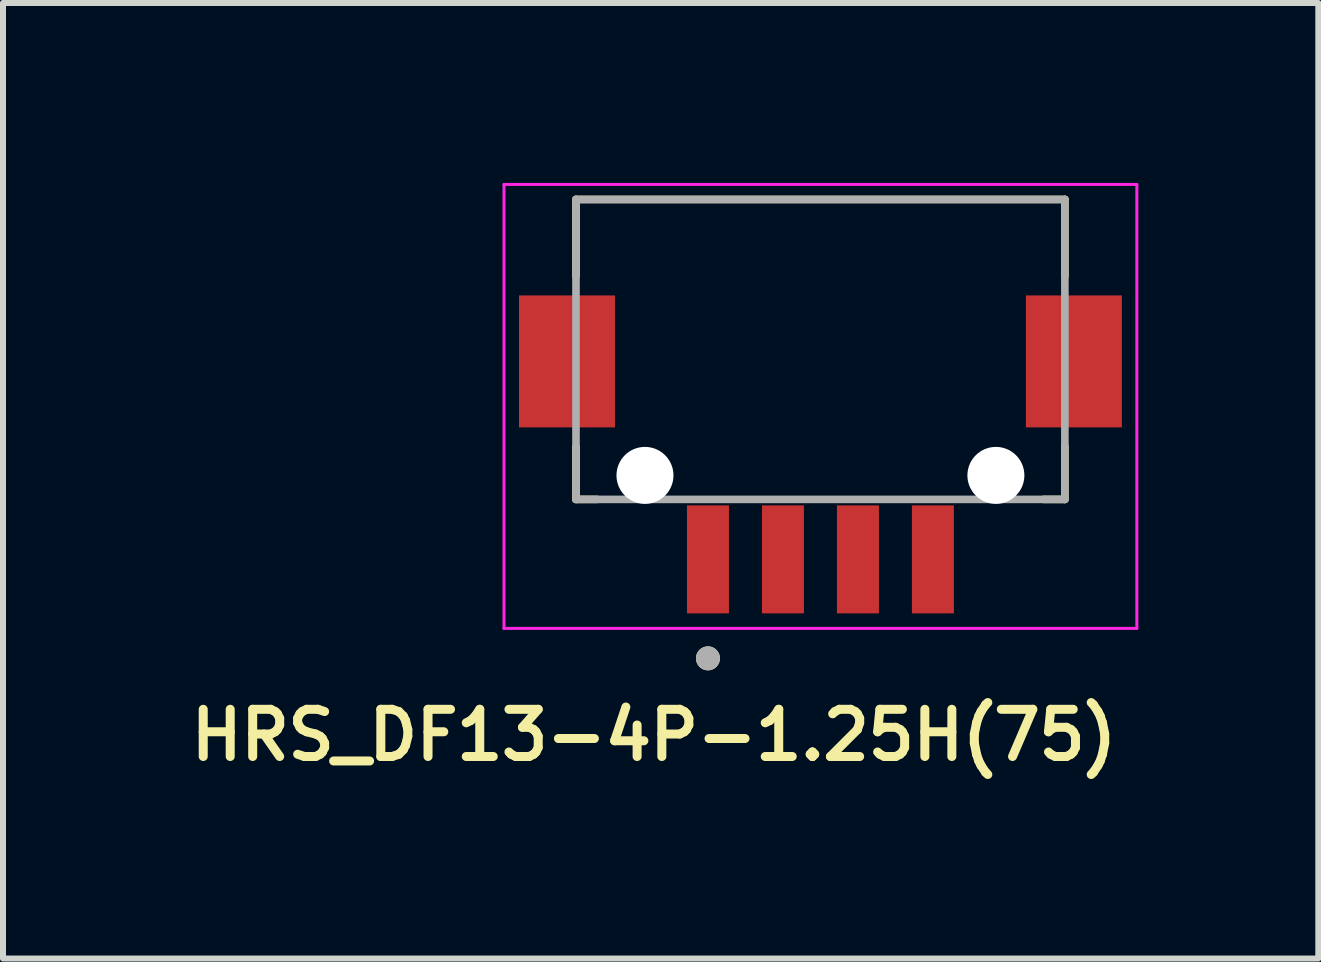
<source format=kicad_pcb>
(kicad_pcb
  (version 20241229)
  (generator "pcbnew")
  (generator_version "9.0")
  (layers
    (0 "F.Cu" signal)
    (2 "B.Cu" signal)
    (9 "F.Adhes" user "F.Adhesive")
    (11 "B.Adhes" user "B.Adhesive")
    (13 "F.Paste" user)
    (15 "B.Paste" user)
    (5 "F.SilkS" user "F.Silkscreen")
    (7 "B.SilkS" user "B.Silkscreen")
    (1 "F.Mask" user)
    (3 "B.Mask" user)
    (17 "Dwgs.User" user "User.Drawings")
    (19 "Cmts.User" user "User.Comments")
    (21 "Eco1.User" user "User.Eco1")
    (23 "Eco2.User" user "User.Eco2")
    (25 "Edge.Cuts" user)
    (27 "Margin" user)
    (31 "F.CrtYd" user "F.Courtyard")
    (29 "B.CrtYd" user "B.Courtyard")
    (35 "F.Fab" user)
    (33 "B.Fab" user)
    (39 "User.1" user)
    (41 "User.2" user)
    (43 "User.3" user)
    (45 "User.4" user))
  (footprint "HRS_DF13-4P-1.25H(75)"
    (layer "F.Cu")
    (at 10.627 4.875)
    (property "Reference" "HRS_DF13-4P-1.25H(75)" (at -2.775 4.33 0) (layer "F.SilkS") (effects (font (size 0.787 0.787) (thickness 0.15))))
    (attr through_hole)
    (fp_line (start -4.075 -4.6) (end -4.075 -3.32) (stroke (width 0.127) (type solid)) (layer "F.SilkS"))
    (fp_line (start -4.075 0.4) (end -4.075 -0.48) (stroke (width 0.127) (type solid)) (layer "F.SilkS"))
    (fp_line (start -4.075 0.4) (end -3.72 0.4) (stroke (width 0.127) (type solid)) (layer "F.SilkS"))
    (fp_line (start 3.72 0.4) (end 4.075 0.4) (stroke (width 0.127) (type solid)) (layer "F.SilkS"))
    (fp_line (start 4.075 -4.6) (end -4.075 -4.6) (stroke (width 0.127) (type solid)) (layer "F.SilkS"))
    (fp_line (start 4.075 -3.32) (end 4.075 -4.6) (stroke (width 0.127) (type solid)) (layer "F.SilkS"))
    (fp_line (start 4.075 0.4) (end 4.075 -0.48) (stroke (width 0.127) (type solid)) (layer "F.SilkS"))
    (fp_circle (center -1.875 3.05) (end -1.775 3.05) (stroke (width 0.2) (type solid)) (fill no) (layer "F.SilkS"))
    (fp_line (start -5.275 -4.85) (end -5.275 2.55) (stroke (width 0.05) (type solid)) (layer "F.CrtYd"))
    (fp_line (start -5.275 2.55) (end 5.275 2.55) (stroke (width 0.05) (type solid)) (layer "F.CrtYd"))
    (fp_line (start 5.275 -4.85) (end -5.275 -4.85) (stroke (width 0.05) (type solid)) (layer "F.CrtYd"))
    (fp_line (start 5.275 2.55) (end 5.275 -4.85) (stroke (width 0.05) (type solid)) (layer "F.CrtYd"))
    (fp_line (start -4.075 -4.6) (end -4.075 0.4) (stroke (width 0.127) (type solid)) (layer "F.Fab"))
    (fp_line (start -4.075 0.4) (end 4.075 0.4) (stroke (width 0.127) (type solid)) (layer "F.Fab"))
    (fp_line (start 4.075 -4.6) (end -4.075 -4.6) (stroke (width 0.127) (type solid)) (layer "F.Fab"))
    (fp_line (start 4.075 0.4) (end 4.075 -4.6) (stroke (width 0.127) (type solid)) (layer "F.Fab"))
    (fp_circle (center -1.875 3.05) (end -1.775 3.05) (stroke (width 0.2) (type solid)) (fill no) (layer "F.Fab"))
    (pad "" np_thru_hole circle (at -2.925 0) (size 0.95 0.95) (drill 0.95) (layers "*.Cu" "*.Mask"))
    (pad "" np_thru_hole circle (at 2.925 0) (size 0.95 0.95) (drill 0.95) (layers "*.Cu" "*.Mask"))
    (pad "1" smd rect (at -1.875 1.4) (size 0.7 1.8) (layers "F.Cu" "F.Mask" "F.Paste"))
    (pad "2" smd rect (at -0.625 1.4) (size 0.7 1.8) (layers "F.Cu" "F.Mask" "F.Paste"))
    (pad "3" smd rect (at 0.625 1.4) (size 0.7 1.8) (layers "F.Cu" "F.Mask" "F.Paste"))
    (pad "4" smd rect (at 1.875 1.4) (size 0.7 1.8) (layers "F.Cu" "F.Mask" "F.Paste"))
    (pad "S1" smd rect (at -4.225 -1.9) (size 1.6 2.2) (layers "F.Cu" "F.Mask" "F.Paste"))
    (pad "S2" smd rect (at 4.225 -1.9) (size 1.6 2.2) (layers "F.Cu" "F.Mask" "F.Paste")))
  (gr_rect
    (start -3 -3)
    (end 18.927 12.929)
    (stroke (width 0.1) (type default))
    (fill no)
    (layer "Edge.Cuts")))
</source>
